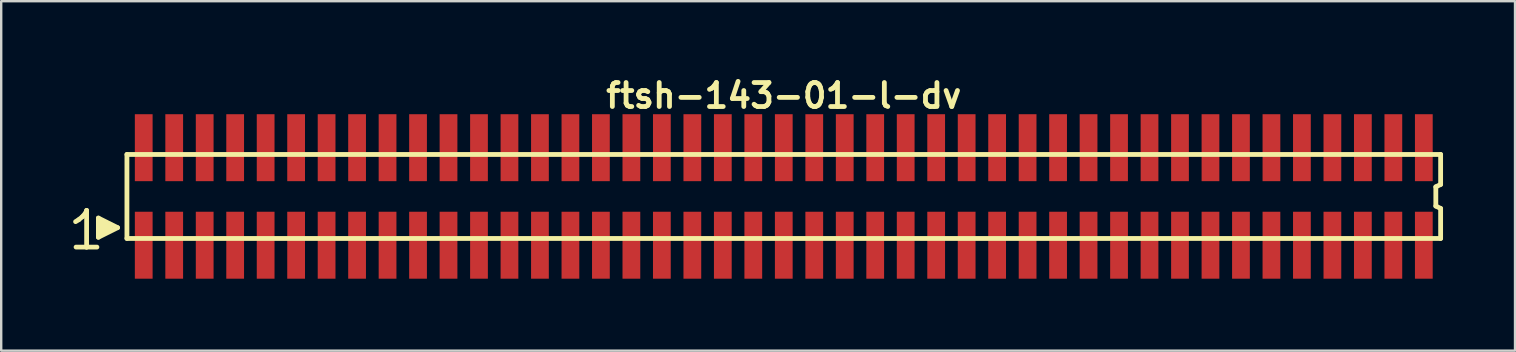
<source format=kicad_pcb>
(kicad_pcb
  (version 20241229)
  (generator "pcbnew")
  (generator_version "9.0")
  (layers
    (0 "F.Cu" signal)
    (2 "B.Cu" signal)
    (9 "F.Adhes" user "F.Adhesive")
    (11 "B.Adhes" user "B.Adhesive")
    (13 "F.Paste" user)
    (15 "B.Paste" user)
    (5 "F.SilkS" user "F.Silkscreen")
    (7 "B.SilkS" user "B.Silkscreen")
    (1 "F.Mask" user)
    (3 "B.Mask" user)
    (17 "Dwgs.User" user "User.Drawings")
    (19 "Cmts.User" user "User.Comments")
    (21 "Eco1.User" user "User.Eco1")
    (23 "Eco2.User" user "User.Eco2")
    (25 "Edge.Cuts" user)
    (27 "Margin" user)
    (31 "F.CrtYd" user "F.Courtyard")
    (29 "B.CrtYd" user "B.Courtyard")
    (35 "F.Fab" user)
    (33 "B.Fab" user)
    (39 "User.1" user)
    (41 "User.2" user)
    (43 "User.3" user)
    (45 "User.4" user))
  (footprint "ftsh-143-01-l-dv"
    (layer "F.Cu")
    (at 29.609 5.136)
    (property "Reference" "ftsh-143-01-l-dv" (at 0 -4.2 0) (layer "F.SilkS") (effects (font (size 1 1) (thickness 0.2))))
    (attr smd)
    (fp_line (start -29.51 1.05) (end -29.38 0.97) (stroke (width 0.198) (type solid)) (layer "F.SilkS"))
    (fp_line (start -29.38 0.97) (end -29.22 0.84) (stroke (width 0.198) (type solid)) (layer "F.SilkS"))
    (fp_line (start -29.22 0.84) (end -29.08 0.67) (stroke (width 0.198) (type solid)) (layer "F.SilkS"))
    (fp_line (start -29.08 0.67) (end -29.05 0.58) (stroke (width 0.198) (type solid)) (layer "F.SilkS"))
    (fp_line (start -29.05 0.58) (end -29.05 2.11) (stroke (width 0.198) (type solid)) (layer "F.SilkS"))
    (fp_line (start -29.05 2.11) (end -29.49 2.11) (stroke (width 0.198) (type solid)) (layer "F.SilkS"))
    (fp_line (start -28.62 2.11) (end -29.06 2.11) (stroke (width 0.198) (type solid)) (layer "F.SilkS"))
    (fp_line (start -28.56 0.9) (end -27.76 1.3) (stroke (width 0.198) (type solid)) (layer "F.SilkS"))
    (fp_line (start -28.56 1.7) (end -28.56 0.9) (stroke (width 0.198) (type solid)) (layer "F.SilkS"))
    (fp_line (start -28.46 1.6) (end -28.46 1) (stroke (width 0.198) (type solid)) (layer "F.SilkS"))
    (fp_line (start -28.36 1.1) (end -28.36 1.5) (stroke (width 0.198) (type solid)) (layer "F.SilkS"))
    (fp_line (start -28.26 1.5) (end -28.26 1.1) (stroke (width 0.198) (type solid)) (layer "F.SilkS"))
    (fp_line (start -28.16 1.2) (end -28.16 1.4) (stroke (width 0.198) (type solid)) (layer "F.SilkS"))
    (fp_line (start -28.06 1.4) (end -28.06 1.2) (stroke (width 0.198) (type solid)) (layer "F.SilkS"))
    (fp_line (start -27.76 1.3) (end -28.56 1.7) (stroke (width 0.198) (type solid)) (layer "F.SilkS"))
    (fp_line (start -27.37 -1.75) (end -27.37 1.75) (stroke (width 0.2) (type solid)) (layer "F.SilkS"))
    (fp_line (start -27.37 -1.75) (end 27.37 -1.75) (stroke (width 0.2) (type solid)) (layer "F.SilkS"))
    (fp_line (start -27.37 1.75) (end 27.37 1.75) (stroke (width 0.2) (type solid)) (layer "F.SilkS"))
    (fp_line (start 27.17 -0.4) (end 27.17 0.4) (stroke (width 0.2) (type solid)) (layer "F.SilkS"))
    (fp_line (start 27.17 0.4) (end 27.37 0.5) (stroke (width 0.2) (type solid)) (layer "F.SilkS"))
    (fp_line (start 27.37 -0.5) (end 27.17 -0.4) (stroke (width 0.2) (type solid)) (layer "F.SilkS"))
    (fp_line (start 27.37 -0.5) (end 27.37 -1.75) (stroke (width 0.2) (type solid)) (layer "F.SilkS"))
    (fp_line (start 27.37 0.5) (end 27.37 1.75) (stroke (width 0.2) (type solid)) (layer "F.SilkS"))
    (pad "1" smd rect (at -26.67 2.032) (size 0.74 2.79) (layers "F.Cu" "F.Mask" "F.Paste"))
    (pad "2" smd rect (at -26.67 -2.032) (size 0.74 2.79) (layers "F.Cu" "F.Mask" "F.Paste"))
    (pad "3" smd rect (at -25.4 2.032) (size 0.74 2.79) (layers "F.Cu" "F.Mask" "F.Paste"))
    (pad "4" smd rect (at -25.4 -2.032) (size 0.74 2.79) (layers "F.Cu" "F.Mask" "F.Paste"))
    (pad "5" smd rect (at -24.13 2.032) (size 0.74 2.79) (layers "F.Cu" "F.Mask" "F.Paste"))
    (pad "6" smd rect (at -24.13 -2.032) (size 0.74 2.79) (layers "F.Cu" "F.Mask" "F.Paste"))
    (pad "7" smd rect (at -22.86 2.032) (size 0.74 2.79) (layers "F.Cu" "F.Mask" "F.Paste"))
    (pad "8" smd rect (at -22.86 -2.032) (size 0.74 2.79) (layers "F.Cu" "F.Mask" "F.Paste"))
    (pad "9" smd rect (at -21.59 2.032) (size 0.74 2.79) (layers "F.Cu" "F.Mask" "F.Paste"))
    (pad "10" smd rect (at -21.59 -2.032) (size 0.74 2.79) (layers "F.Cu" "F.Mask" "F.Paste"))
    (pad "11" smd rect (at -20.32 2.032) (size 0.74 2.79) (layers "F.Cu" "F.Mask" "F.Paste"))
    (pad "12" smd rect (at -20.32 -2.032) (size 0.74 2.79) (layers "F.Cu" "F.Mask" "F.Paste"))
    (pad "13" smd rect (at -19.05 2.032) (size 0.74 2.79) (layers "F.Cu" "F.Mask" "F.Paste"))
    (pad "14" smd rect (at -19.05 -2.032) (size 0.74 2.79) (layers "F.Cu" "F.Mask" "F.Paste"))
    (pad "15" smd rect (at -17.78 2.032) (size 0.74 2.79) (layers "F.Cu" "F.Mask" "F.Paste"))
    (pad "16" smd rect (at -17.78 -2.032) (size 0.74 2.79) (layers "F.Cu" "F.Mask" "F.Paste"))
    (pad "17" smd rect (at -16.51 2.032) (size 0.74 2.79) (layers "F.Cu" "F.Mask" "F.Paste"))
    (pad "18" smd rect (at -16.51 -2.032) (size 0.74 2.79) (layers "F.Cu" "F.Mask" "F.Paste"))
    (pad "19" smd rect (at -15.24 2.032) (size 0.74 2.79) (layers "F.Cu" "F.Mask" "F.Paste"))
    (pad "20" smd rect (at -15.24 -2.032) (size 0.74 2.79) (layers "F.Cu" "F.Mask" "F.Paste"))
    (pad "21" smd rect (at -13.97 2.032) (size 0.74 2.79) (layers "F.Cu" "F.Mask" "F.Paste"))
    (pad "22" smd rect (at -13.97 -2.032) (size 0.74 2.79) (layers "F.Cu" "F.Mask" "F.Paste"))
    (pad "23" smd rect (at -12.7 2.032) (size 0.74 2.79) (layers "F.Cu" "F.Mask" "F.Paste"))
    (pad "24" smd rect (at -12.7 -2.032) (size 0.74 2.79) (layers "F.Cu" "F.Mask" "F.Paste"))
    (pad "25" smd rect (at -11.43 2.032) (size 0.74 2.79) (layers "F.Cu" "F.Mask" "F.Paste"))
    (pad "26" smd rect (at -11.43 -2.032) (size 0.74 2.79) (layers "F.Cu" "F.Mask" "F.Paste"))
    (pad "27" smd rect (at -10.16 2.032) (size 0.74 2.79) (layers "F.Cu" "F.Mask" "F.Paste"))
    (pad "28" smd rect (at -10.16 -2.032) (size 0.74 2.79) (layers "F.Cu" "F.Mask" "F.Paste"))
    (pad "29" smd rect (at -8.89 2.032) (size 0.74 2.79) (layers "F.Cu" "F.Mask" "F.Paste"))
    (pad "30" smd rect (at -8.89 -2.032) (size 0.74 2.79) (layers "F.Cu" "F.Mask" "F.Paste"))
    (pad "31" smd rect (at -7.62 2.032) (size 0.74 2.79) (layers "F.Cu" "F.Mask" "F.Paste"))
    (pad "32" smd rect (at -7.62 -2.032) (size 0.74 2.79) (layers "F.Cu" "F.Mask" "F.Paste"))
    (pad "33" smd rect (at -6.35 2.032) (size 0.74 2.79) (layers "F.Cu" "F.Mask" "F.Paste"))
    (pad "34" smd rect (at -6.35 -2.032) (size 0.74 2.79) (layers "F.Cu" "F.Mask" "F.Paste"))
    (pad "35" smd rect (at -5.08 2.032) (size 0.74 2.79) (layers "F.Cu" "F.Mask" "F.Paste"))
    (pad "36" smd rect (at -5.08 -2.032) (size 0.74 2.79) (layers "F.Cu" "F.Mask" "F.Paste"))
    (pad "37" smd rect (at -3.81 2.032) (size 0.74 2.79) (layers "F.Cu" "F.Mask" "F.Paste"))
    (pad "38" smd rect (at -3.81 -2.032) (size 0.74 2.79) (layers "F.Cu" "F.Mask" "F.Paste"))
    (pad "39" smd rect (at -2.54 2.032) (size 0.74 2.79) (layers "F.Cu" "F.Mask" "F.Paste"))
    (pad "40" smd rect (at -2.54 -2.032) (size 0.74 2.79) (layers "F.Cu" "F.Mask" "F.Paste"))
    (pad "41" smd rect (at -1.27 2.032) (size 0.74 2.79) (layers "F.Cu" "F.Mask" "F.Paste"))
    (pad "42" smd rect (at -1.27 -2.032) (size 0.74 2.79) (layers "F.Cu" "F.Mask" "F.Paste"))
    (pad "43" smd rect (at 0 2.032) (size 0.74 2.79) (layers "F.Cu" "F.Mask" "F.Paste"))
    (pad "44" smd rect (at 0 -2.032) (size 0.74 2.79) (layers "F.Cu" "F.Mask" "F.Paste"))
    (pad "45" smd rect (at 1.27 2.032) (size 0.74 2.79) (layers "F.Cu" "F.Mask" "F.Paste"))
    (pad "46" smd rect (at 1.27 -2.032) (size 0.74 2.79) (layers "F.Cu" "F.Mask" "F.Paste"))
    (pad "47" smd rect (at 2.54 2.032) (size 0.74 2.79) (layers "F.Cu" "F.Mask" "F.Paste"))
    (pad "48" smd rect (at 2.54 -2.032) (size 0.74 2.79) (layers "F.Cu" "F.Mask" "F.Paste"))
    (pad "49" smd rect (at 3.81 2.032) (size 0.74 2.79) (layers "F.Cu" "F.Mask" "F.Paste"))
    (pad "50" smd rect (at 3.81 -2.032) (size 0.74 2.79) (layers "F.Cu" "F.Mask" "F.Paste"))
    (pad "51" smd rect (at 5.08 2.032) (size 0.74 2.79) (layers "F.Cu" "F.Mask" "F.Paste"))
    (pad "52" smd rect (at 5.08 -2.032) (size 0.74 2.79) (layers "F.Cu" "F.Mask" "F.Paste"))
    (pad "53" smd rect (at 6.35 2.032) (size 0.74 2.79) (layers "F.Cu" "F.Mask" "F.Paste"))
    (pad "54" smd rect (at 6.35 -2.032) (size 0.74 2.79) (layers "F.Cu" "F.Mask" "F.Paste"))
    (pad "55" smd rect (at 7.62 2.032) (size 0.74 2.79) (layers "F.Cu" "F.Mask" "F.Paste"))
    (pad "56" smd rect (at 7.62 -2.032) (size 0.74 2.79) (layers "F.Cu" "F.Mask" "F.Paste"))
    (pad "57" smd rect (at 8.89 2.032) (size 0.74 2.79) (layers "F.Cu" "F.Mask" "F.Paste"))
    (pad "58" smd rect (at 8.89 -2.032) (size 0.74 2.79) (layers "F.Cu" "F.Mask" "F.Paste"))
    (pad "59" smd rect (at 10.16 2.032) (size 0.74 2.79) (layers "F.Cu" "F.Mask" "F.Paste"))
    (pad "60" smd rect (at 10.16 -2.032) (size 0.74 2.79) (layers "F.Cu" "F.Mask" "F.Paste"))
    (pad "61" smd rect (at 11.43 2.032) (size 0.74 2.79) (layers "F.Cu" "F.Mask" "F.Paste"))
    (pad "62" smd rect (at 11.43 -2.032) (size 0.74 2.79) (layers "F.Cu" "F.Mask" "F.Paste"))
    (pad "63" smd rect (at 12.7 2.032) (size 0.74 2.79) (layers "F.Cu" "F.Mask" "F.Paste"))
    (pad "64" smd rect (at 12.7 -2.032) (size 0.74 2.79) (layers "F.Cu" "F.Mask" "F.Paste"))
    (pad "65" smd rect (at 13.97 2.032) (size 0.74 2.79) (layers "F.Cu" "F.Mask" "F.Paste"))
    (pad "66" smd rect (at 13.97 -2.032) (size 0.74 2.79) (layers "F.Cu" "F.Mask" "F.Paste"))
    (pad "67" smd rect (at 15.24 2.032) (size 0.74 2.79) (layers "F.Cu" "F.Mask" "F.Paste"))
    (pad "68" smd rect (at 15.24 -2.032) (size 0.74 2.79) (layers "F.Cu" "F.Mask" "F.Paste"))
    (pad "69" smd rect (at 16.51 2.032) (size 0.74 2.79) (layers "F.Cu" "F.Mask" "F.Paste"))
    (pad "70" smd rect (at 16.51 -2.032) (size 0.74 2.79) (layers "F.Cu" "F.Mask" "F.Paste"))
    (pad "71" smd rect (at 17.78 2.032) (size 0.74 2.79) (layers "F.Cu" "F.Mask" "F.Paste"))
    (pad "72" smd rect (at 17.78 -2.032) (size 0.74 2.79) (layers "F.Cu" "F.Mask" "F.Paste"))
    (pad "73" smd rect (at 19.05 2.032) (size 0.74 2.79) (layers "F.Cu" "F.Mask" "F.Paste"))
    (pad "74" smd rect (at 19.05 -2.032) (size 0.74 2.79) (layers "F.Cu" "F.Mask" "F.Paste"))
    (pad "75" smd rect (at 20.32 2.032) (size 0.74 2.79) (layers "F.Cu" "F.Mask" "F.Paste"))
    (pad "76" smd rect (at 20.32 -2.032) (size 0.74 2.79) (layers "F.Cu" "F.Mask" "F.Paste"))
    (pad "77" smd rect (at 21.59 2.032) (size 0.74 2.79) (layers "F.Cu" "F.Mask" "F.Paste"))
    (pad "78" smd rect (at 21.59 -2.032) (size 0.74 2.79) (layers "F.Cu" "F.Mask" "F.Paste"))
    (pad "79" smd rect (at 22.86 2.032) (size 0.74 2.79) (layers "F.Cu" "F.Mask" "F.Paste"))
    (pad "80" smd rect (at 22.86 -2.032) (size 0.74 2.79) (layers "F.Cu" "F.Mask" "F.Paste"))
    (pad "81" smd rect (at 24.13 2.032) (size 0.74 2.79) (layers "F.Cu" "F.Mask" "F.Paste"))
    (pad "82" smd rect (at 24.13 -2.032) (size 0.74 2.79) (layers "F.Cu" "F.Mask" "F.Paste"))
    (pad "83" smd rect (at 25.4 2.032) (size 0.74 2.79) (layers "F.Cu" "F.Mask" "F.Paste"))
    (pad "84" smd rect (at 25.4 -2.032) (size 0.74 2.79) (layers "F.Cu" "F.Mask" "F.Paste"))
    (pad "85" smd rect (at 26.67 2.032) (size 0.74 2.79) (layers "F.Cu" "F.Mask" "F.Paste"))
    (pad "86" smd rect (at 26.67 -2.032) (size 0.74 2.79) (layers "F.Cu" "F.Mask" "F.Paste")))
  (gr_rect
    (start -3 -3)
    (end 60.079 11.563)
    (stroke (width 0.1) (type default))
    (fill no)
    (layer "Edge.Cuts")))
</source>
